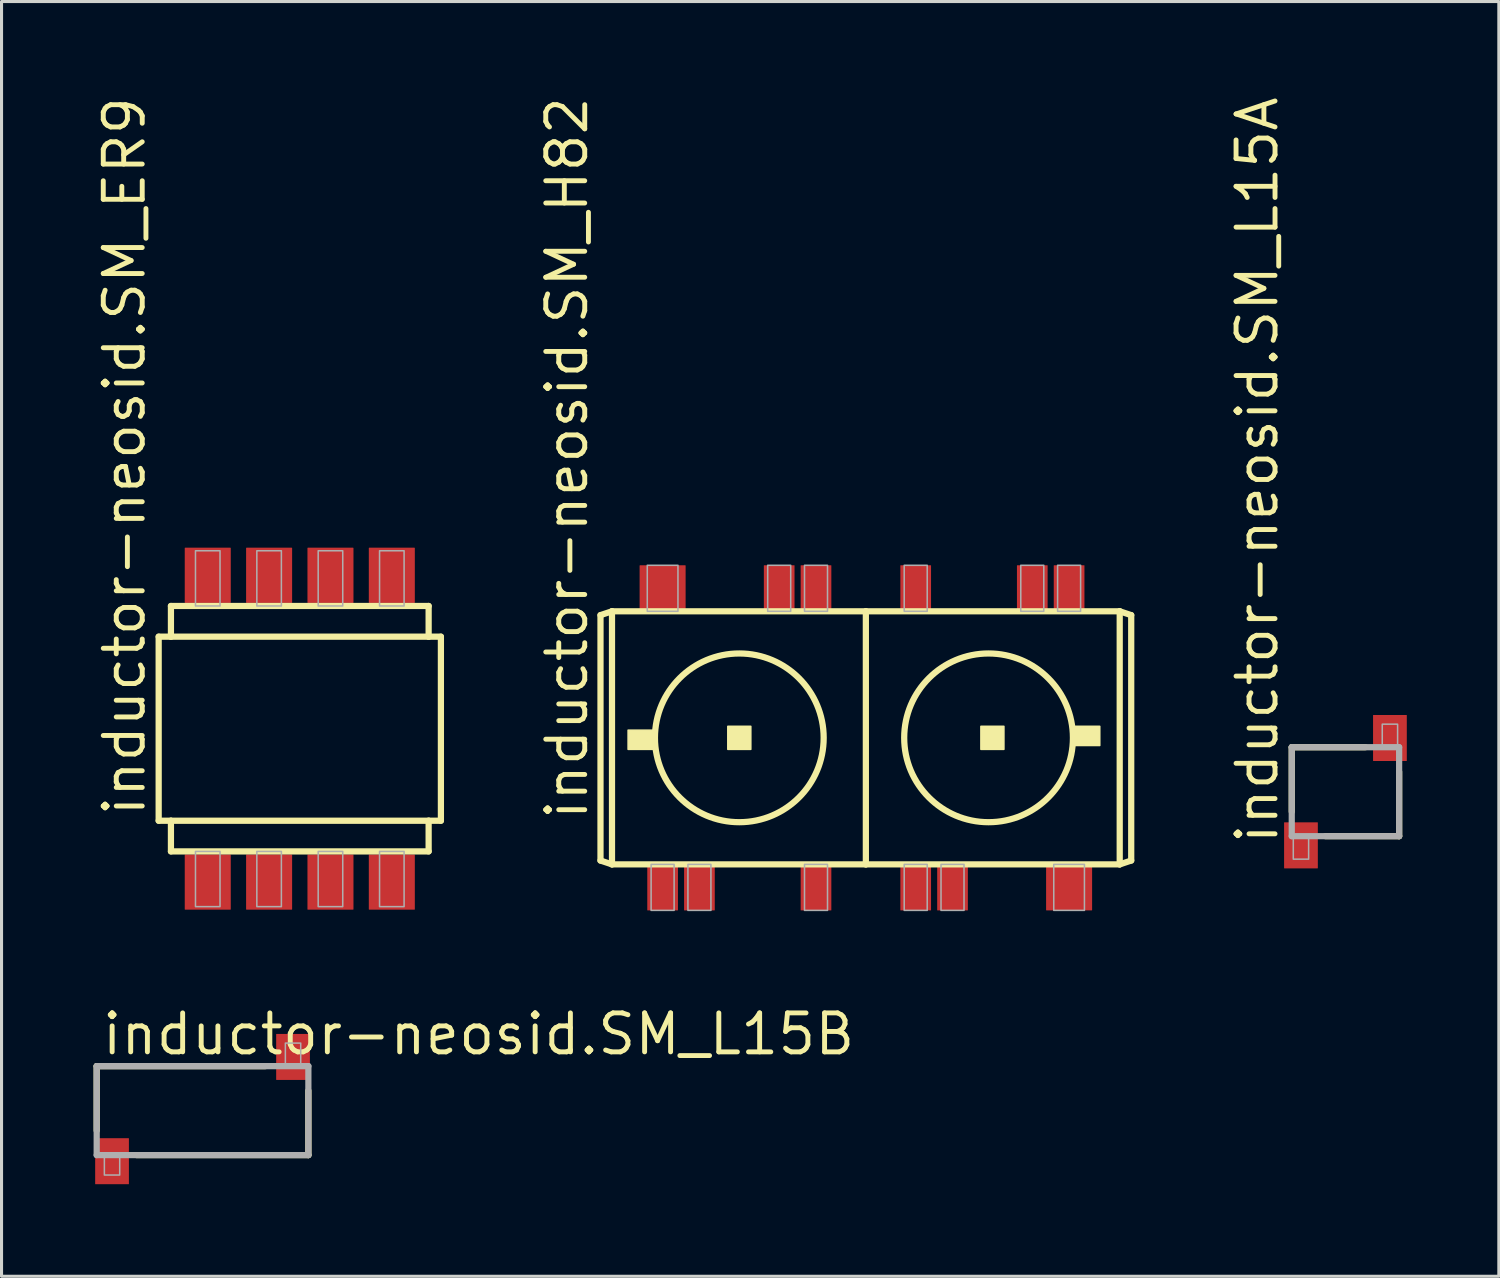
<source format=kicad_pcb>
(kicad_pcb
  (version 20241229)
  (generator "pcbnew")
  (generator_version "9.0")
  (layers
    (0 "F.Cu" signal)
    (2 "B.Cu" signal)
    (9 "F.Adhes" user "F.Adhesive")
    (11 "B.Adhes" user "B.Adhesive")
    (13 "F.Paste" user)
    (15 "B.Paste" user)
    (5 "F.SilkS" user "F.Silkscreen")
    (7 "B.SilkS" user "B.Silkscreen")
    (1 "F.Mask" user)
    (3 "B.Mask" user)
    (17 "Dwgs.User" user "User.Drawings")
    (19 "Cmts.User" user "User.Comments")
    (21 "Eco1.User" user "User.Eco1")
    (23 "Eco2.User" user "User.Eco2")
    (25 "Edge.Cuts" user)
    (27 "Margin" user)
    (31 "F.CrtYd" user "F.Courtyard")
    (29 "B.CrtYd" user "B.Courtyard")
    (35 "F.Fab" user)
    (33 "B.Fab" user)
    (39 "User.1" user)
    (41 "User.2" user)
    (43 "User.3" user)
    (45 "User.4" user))
  (footprint "inductor-neosid.SM_ER9"
    (layer "F.Cu")
    (at 6.722 20.703)
    (property "Reference" "inductor-neosid.SM_ER9" (at -4.972 2.927 90) (layer "F.SilkS") (effects (font (size 1.27 1.27) (thickness 0.16)) (justify left bottom)))
    (attr smd)
    (fp_line (start -4.6 -3) (end -4.2 -3) (stroke (width 0.203) (type default)) (layer "F.SilkS"))
    (fp_line (start -4.6 3) (end -4.6 -3) (stroke (width 0.203) (type default)) (layer "F.SilkS"))
    (fp_line (start -4.2 -4) (end 4.2 -4) (stroke (width 0.203) (type default)) (layer "F.SilkS"))
    (fp_line (start -4.2 -3) (end -4.2 -4) (stroke (width 0.203) (type default)) (layer "F.SilkS"))
    (fp_line (start -4.2 -3) (end 4.2 -3) (stroke (width 0.203) (type default)) (layer "F.SilkS"))
    (fp_line (start -4.2 3) (end -4.6 3) (stroke (width 0.203) (type default)) (layer "F.SilkS"))
    (fp_line (start -4.2 3) (end 4.2 3) (stroke (width 0.203) (type default)) (layer "F.SilkS"))
    (fp_line (start -4.2 4) (end -4.2 3) (stroke (width 0.203) (type default)) (layer "F.SilkS"))
    (fp_line (start 4.2 -4) (end 4.2 -3) (stroke (width 0.203) (type default)) (layer "F.SilkS"))
    (fp_line (start 4.2 -3) (end 4.6 -3) (stroke (width 0.203) (type default)) (layer "F.SilkS"))
    (fp_line (start 4.2 3) (end 4.2 4) (stroke (width 0.203) (type default)) (layer "F.SilkS"))
    (fp_line (start 4.2 4) (end -4.2 4) (stroke (width 0.203) (type default)) (layer "F.SilkS"))
    (fp_line (start 4.6 -3) (end 4.6 3) (stroke (width 0.203) (type default)) (layer "F.SilkS"))
    (fp_line (start 4.6 3) (end 4.2 3) (stroke (width 0.203) (type default)) (layer "F.SilkS"))
    (fp_rect (start -3.4 -4) (end -2.6 -5.8) (stroke (width 0.05) (type default)) (fill no) (layer "F.Fab"))
    (fp_rect (start -3.4 5.8) (end -2.6 4) (stroke (width 0.05) (type default)) (fill no) (layer "F.Fab"))
    (fp_rect (start -1.4 -4) (end -0.6 -5.8) (stroke (width 0.05) (type default)) (fill no) (layer "F.Fab"))
    (fp_rect (start -1.4 5.8) (end -0.6 4) (stroke (width 0.05) (type default)) (fill no) (layer "F.Fab"))
    (fp_rect (start 0.6 -4) (end 1.4 -5.8) (stroke (width 0.05) (type default)) (fill no) (layer "F.Fab"))
    (fp_rect (start 0.6 5.8) (end 1.4 4) (stroke (width 0.05) (type default)) (fill no) (layer "F.Fab"))
    (fp_rect (start 2.6 -4) (end 3.4 -5.8) (stroke (width 0.05) (type default)) (fill no) (layer "F.Fab"))
    (fp_rect (start 2.6 5.8) (end 3.4 4) (stroke (width 0.05) (type default)) (fill no) (layer "F.Fab"))
    (pad "1" smd roundrect (at -3 -5) (size 1.5 1.8) (layers "F.Cu" "F.Mask" "F.Paste") (roundrect_rratio 0.01))
    (pad "2" smd roundrect (at -1 -5) (size 1.5 1.8) (layers "F.Cu" "F.Mask" "F.Paste") (roundrect_rratio 0.01))
    (pad "3" smd roundrect (at 1 -5) (size 1.5 1.8) (layers "F.Cu" "F.Mask" "F.Paste") (roundrect_rratio 0.01))
    (pad "4" smd roundrect (at 3 -5) (size 1.5 1.8) (layers "F.Cu" "F.Mask" "F.Paste") (roundrect_rratio 0.01))
    (pad "5" smd roundrect (at 3 5) (size 1.5 1.8) (layers "F.Cu" "F.Mask" "F.Paste") (roundrect_rratio 0.01))
    (pad "6" smd roundrect (at 1 5) (size 1.5 1.8) (layers "F.Cu" "F.Mask" "F.Paste") (roundrect_rratio 0.01))
    (pad "7" smd roundrect (at -1 5) (size 1.5 1.8) (layers "F.Cu" "F.Mask" "F.Paste") (roundrect_rratio 0.01))
    (pad "8" smd roundrect (at -3 5) (size 1.5 1.8) (layers "F.Cu" "F.Mask" "F.Paste") (roundrect_rratio 0.01)))
  (footprint "inductor-neosid.SM_L15A"
    (layer "F.Cu")
    (at 40.807 22.756)
    (property "Reference" "inductor-neosid.SM_L15A" (at -2.132 1.781 90) (layer "F.SilkS") (effects (font (size 1.27 1.27) (thickness 0.16)) (justify left bottom)))
    (attr smd)
    (fp_line (start -1.75 -1.45) (end -1.75 0.65) (stroke (width 0.203) (type default)) (layer "F.SilkS"))
    (fp_line (start 0.65 -1.45) (end -1.75 -1.45) (stroke (width 0.203) (type default)) (layer "F.SilkS"))
    (fp_line (start 1.75 -0.65) (end 1.75 1.45) (stroke (width 0.203) (type default)) (layer "F.SilkS"))
    (fp_line (start 1.75 1.45) (end -0.65 1.45) (stroke (width 0.203) (type default)) (layer "F.SilkS"))
    (fp_line (start -1.75 -1.45) (end -1.75 1.45) (stroke (width 0.203) (type default)) (layer "F.Fab"))
    (fp_line (start -1.75 1.45) (end 1.75 1.45) (stroke (width 0.203) (type default)) (layer "F.Fab"))
    (fp_line (start 1.75 -1.45) (end -1.75 -1.45) (stroke (width 0.203) (type default)) (layer "F.Fab"))
    (fp_line (start 1.75 1.45) (end 1.75 -1.45) (stroke (width 0.203) (type default)) (layer "F.Fab"))
    (fp_rect (start -1.7 2.2) (end -1.2 1.5) (stroke (width 0.05) (type default)) (fill no) (layer "F.Fab"))
    (fp_rect (start 1.2 -1.5) (end 1.7 -2.2) (stroke (width 0.05) (type default)) (fill no) (layer "F.Fab"))
    (pad "1" smd roundrect (at -1.45 1.75) (size 1.1 1.5) (layers "F.Cu" "F.Mask" "F.Paste") (roundrect_rratio 0.01))
    (pad "2" smd roundrect (at 1.45 -1.75) (size 1.1 1.5) (layers "F.Cu" "F.Mask" "F.Paste") (roundrect_rratio 0.01)))
  (footprint "inductor-neosid.SM_H82"
    (layer "F.Cu")
    (at 25.174 21.001)
    (property "Reference" "inductor-neosid.SM_H82" (at -9 2.75 90) (layer "F.SilkS") (effects (font (size 1.27 1.27) (thickness 0.16)) (justify left bottom)))
    (attr smd)
    (fp_line (start -8.65 -4) (end -8.65 4) (stroke (width 0.203) (type default)) (layer "F.SilkS"))
    (fp_line (start -8.65 4) (end -8.275 4.125) (stroke (width 0.203) (type default)) (layer "F.SilkS"))
    (fp_line (start -8.275 -4.125) (end -8.65 -4) (stroke (width 0.203) (type default)) (layer "F.SilkS"))
    (fp_line (start -8.275 -4.125) (end -8.275 4.125) (stroke (width 0.203) (type default)) (layer "F.SilkS"))
    (fp_line (start -8.275 4.125) (end 0 4.125) (stroke (width 0.203) (type default)) (layer "F.SilkS"))
    (fp_line (start 0 -4.125) (end -8.275 -4.125) (stroke (width 0.203) (type default)) (layer "F.SilkS"))
    (fp_line (start 0 -4.125) (end 0 4.125) (stroke (width 0.203) (type default)) (layer "F.SilkS"))
    (fp_line (start 0 4.125) (end 8.275 4.125) (stroke (width 0.203) (type default)) (layer "F.SilkS"))
    (fp_line (start 8.275 -4.125) (end 0 -4.125) (stroke (width 0.203) (type default)) (layer "F.SilkS"))
    (fp_line (start 8.275 4.125) (end 8.275 -4.125) (stroke (width 0.203) (type default)) (layer "F.SilkS"))
    (fp_line (start 8.275 4.125) (end 8.65 4) (stroke (width 0.203) (type default)) (layer "F.SilkS"))
    (fp_line (start 8.65 -4) (end 8.275 -4.125) (stroke (width 0.203) (type default)) (layer "F.SilkS"))
    (fp_line (start 8.65 4) (end 8.65 -4) (stroke (width 0.203) (type default)) (layer "F.SilkS"))
    (fp_rect (start -7.75 0.375) (end -6.875 -0.25) (stroke (width 0.05) (type default)) (fill yes) (layer "F.SilkS"))
    (fp_rect (start -4.5 0.375) (end -3.75 -0.375) (stroke (width 0.05) (type default)) (fill yes) (layer "F.SilkS"))
    (fp_rect (start 3.75 0.375) (end 4.5 -0.375) (stroke (width 0.05) (type default)) (fill yes) (layer "F.SilkS"))
    (fp_rect (start 6.75 0.25) (end 7.625 -0.375) (stroke (width 0.05) (type default)) (fill yes) (layer "F.SilkS"))
    (fp_circle (center -4.125 0) (end -1.375 0) (stroke (width 0.203) (type default)) (fill no) (layer "F.SilkS"))
    (fp_circle (center 4 0) (end 6.75 0) (stroke (width 0.203) (type default)) (fill no) (layer "F.SilkS"))
    (fp_rect (start -7.125 -4.125) (end -6.125 -5.625) (stroke (width 0.05) (type default)) (fill no) (layer "F.Fab"))
    (fp_rect (start -7 5.625) (end -6.25 4.125) (stroke (width 0.05) (type default)) (fill no) (layer "F.Fab"))
    (fp_rect (start -5.8 5.625) (end -5.05 4.125) (stroke (width 0.05) (type default)) (fill no) (layer "F.Fab"))
    (fp_rect (start -3.2 -4.125) (end -2.45 -5.625) (stroke (width 0.05) (type default)) (fill no) (layer "F.Fab"))
    (fp_rect (start -2 -4.125) (end -1.25 -5.625) (stroke (width 0.05) (type default)) (fill no) (layer "F.Fab"))
    (fp_rect (start -2 5.625) (end -1.25 4.125) (stroke (width 0.05) (type default)) (fill no) (layer "F.Fab"))
    (fp_rect (start 1.25 -4.125) (end 2 -5.625) (stroke (width 0.05) (type default)) (fill no) (layer "F.Fab"))
    (fp_rect (start 1.25 5.625) (end 2 4.125) (stroke (width 0.05) (type default)) (fill no) (layer "F.Fab"))
    (fp_rect (start 2.45 5.625) (end 3.2 4.125) (stroke (width 0.05) (type default)) (fill no) (layer "F.Fab"))
    (fp_rect (start 5.05 -4.125) (end 5.8 -5.625) (stroke (width 0.05) (type default)) (fill no) (layer "F.Fab"))
    (fp_rect (start 6.125 5.625) (end 7.125 4.125) (stroke (width 0.05) (type default)) (fill no) (layer "F.Fab"))
    (fp_rect (start 6.25 -4.125) (end 7 -5.625) (stroke (width 0.05) (type default)) (fill no) (layer "F.Fab"))
    (pad "1" smd roundrect (at -6.625 -4.875) (size 1.5 1.5) (layers "F.Cu" "F.Mask" "F.Paste") (roundrect_rratio 0.01))
    (pad "2" smd roundrect (at -2.825 -4.875) (size 1 1.5) (layers "F.Cu" "F.Mask" "F.Paste") (roundrect_rratio 0.01))
    (pad "3" smd roundrect (at -1.625 -4.875) (size 1 1.5) (layers "F.Cu" "F.Mask" "F.Paste") (roundrect_rratio 0.01))
    (pad "4" smd roundrect (at 1.625 -4.875) (size 1 1.5) (layers "F.Cu" "F.Mask" "F.Paste") (roundrect_rratio 0.01))
    (pad "5" smd roundrect (at 5.425 -4.875) (size 1 1.5) (layers "F.Cu" "F.Mask" "F.Paste") (roundrect_rratio 0.01))
    (pad "6" smd roundrect (at 6.625 -4.875) (size 1 1.5) (layers "F.Cu" "F.Mask" "F.Paste") (roundrect_rratio 0.01))
    (pad "7" smd roundrect (at 6.625 4.875) (size 1.5 1.5) (layers "F.Cu" "F.Mask" "F.Paste") (roundrect_rratio 0.01))
    (pad "8" smd roundrect (at 2.825 4.875) (size 1 1.5) (layers "F.Cu" "F.Mask" "F.Paste") (roundrect_rratio 0.01))
    (pad "9" smd roundrect (at 1.625 4.875) (size 1 1.5) (layers "F.Cu" "F.Mask" "F.Paste") (roundrect_rratio 0.01))
    (pad "10" smd roundrect (at -1.625 4.875) (size 1 1.5) (layers "F.Cu" "F.Mask" "F.Paste") (roundrect_rratio 0.01))
    (pad "11" smd roundrect (at -5.425 4.875) (size 1 1.5) (layers "F.Cu" "F.Mask" "F.Paste") (roundrect_rratio 0.01))
    (pad "12" smd roundrect (at -6.625 4.875) (size 1 1.5) (layers "F.Cu" "F.Mask" "F.Paste") (roundrect_rratio 0.01)))
  (footprint "inductor-neosid.SM_L15B"
    (layer "F.Cu")
    (at 3.552 33.152)
    (property "Reference" "inductor-neosid.SM_L15B" (at -3.354 -1.751 0) (layer "F.SilkS") (effects (font (size 1.27 1.27) (thickness 0.16)) (justify left bottom)))
    (attr smd)
    (fp_line (start -3.45 -1.45) (end -3.45 0.65) (stroke (width 0.203) (type default)) (layer "F.SilkS"))
    (fp_line (start 2.05 -1.45) (end -3.45 -1.45) (stroke (width 0.203) (type default)) (layer "F.SilkS"))
    (fp_line (start 3.45 -0.65) (end 3.45 1.45) (stroke (width 0.203) (type default)) (layer "F.SilkS"))
    (fp_line (start 3.45 1.45) (end -2.15 1.45) (stroke (width 0.203) (type default)) (layer "F.SilkS"))
    (fp_line (start -3.45 -1.45) (end -3.45 1.45) (stroke (width 0.203) (type default)) (layer "F.Fab"))
    (fp_line (start -3.45 1.45) (end 3.45 1.45) (stroke (width 0.203) (type default)) (layer "F.Fab"))
    (fp_line (start 3.45 -1.45) (end -3.45 -1.45) (stroke (width 0.203) (type default)) (layer "F.Fab"))
    (fp_line (start 3.45 1.45) (end 3.45 -1.45) (stroke (width 0.203) (type default)) (layer "F.Fab"))
    (fp_rect (start -3.2 2.1) (end -2.7 1.4) (stroke (width 0.05) (type default)) (fill no) (layer "F.Fab"))
    (fp_rect (start 2.7 -1.5) (end 3.2 -2.2) (stroke (width 0.05) (type default)) (fill no) (layer "F.Fab"))
    (pad "1" smd roundrect (at -2.95 1.65) (size 1.1 1.5) (layers "F.Cu" "F.Mask" "F.Paste") (roundrect_rratio 0.01))
    (pad "2" smd roundrect (at 2.95 -1.75) (size 1.1 1.5) (layers "F.Cu" "F.Mask" "F.Paste") (roundrect_rratio 0.01)))
  (gr_rect
    (start -3 -3)
    (end 45.807 38.552)
    (stroke (width 0.1) (type default))
    (fill no)
    (layer "Edge.Cuts")))
</source>
